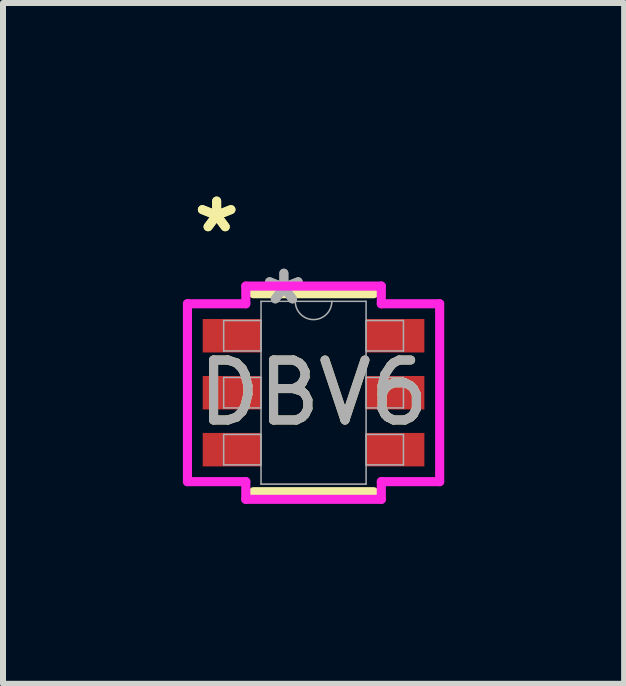
<source format=kicad_pcb>
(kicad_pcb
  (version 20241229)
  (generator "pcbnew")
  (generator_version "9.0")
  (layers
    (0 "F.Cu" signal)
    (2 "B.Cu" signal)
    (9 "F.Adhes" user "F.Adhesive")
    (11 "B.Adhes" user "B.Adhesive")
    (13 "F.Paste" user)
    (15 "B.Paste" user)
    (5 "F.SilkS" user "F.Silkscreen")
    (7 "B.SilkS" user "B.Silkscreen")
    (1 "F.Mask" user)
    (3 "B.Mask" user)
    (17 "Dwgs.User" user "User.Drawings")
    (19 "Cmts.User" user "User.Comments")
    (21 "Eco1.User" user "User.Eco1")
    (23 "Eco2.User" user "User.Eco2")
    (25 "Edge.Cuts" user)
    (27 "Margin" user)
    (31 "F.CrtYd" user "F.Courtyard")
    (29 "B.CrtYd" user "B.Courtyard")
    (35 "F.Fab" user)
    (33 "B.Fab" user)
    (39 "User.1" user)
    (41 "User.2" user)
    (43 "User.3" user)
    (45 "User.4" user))
  (footprint "DBV6"
    (layer "F.Cu")
    (at 2.179 3.499)
    (property "Reference" "DBV6" (at 0 0 0) (unlocked yes) (layer "F.SilkS") (effects (font (size 1 1) (thickness 0.15))))
    (attr smd)
    (fp_line (start -1.003 1.651) (end 1.003 1.651) (stroke (width 0.152) (type solid)) (layer "F.SilkS"))
    (fp_line (start 1.003 -1.651) (end -1.003 -1.651) (stroke (width 0.152) (type solid)) (layer "F.SilkS"))
    (fp_line (start -2.103 -1.483) (end -1.13 -1.483) (stroke (width 0.152) (type solid)) (layer "F.CrtYd"))
    (fp_line (start -2.103 1.483) (end -2.103 -1.483) (stroke (width 0.152) (type solid)) (layer "F.CrtYd"))
    (fp_line (start -2.103 1.483) (end -1.13 1.483) (stroke (width 0.152) (type solid)) (layer "F.CrtYd"))
    (fp_line (start -1.13 -1.778) (end 1.13 -1.778) (stroke (width 0.152) (type solid)) (layer "F.CrtYd"))
    (fp_line (start -1.13 -1.483) (end -1.13 -1.778) (stroke (width 0.152) (type solid)) (layer "F.CrtYd"))
    (fp_line (start -1.13 1.778) (end -1.13 1.483) (stroke (width 0.152) (type solid)) (layer "F.CrtYd"))
    (fp_line (start 1.13 -1.778) (end 1.13 -1.483) (stroke (width 0.152) (type solid)) (layer "F.CrtYd"))
    (fp_line (start 1.13 1.483) (end 1.13 1.778) (stroke (width 0.152) (type solid)) (layer "F.CrtYd"))
    (fp_line (start 1.13 1.778) (end -1.13 1.778) (stroke (width 0.152) (type solid)) (layer "F.CrtYd"))
    (fp_line (start 2.103 -1.483) (end 1.13 -1.483) (stroke (width 0.152) (type solid)) (layer "F.CrtYd"))
    (fp_line (start 2.103 -1.483) (end 2.103 1.483) (stroke (width 0.152) (type solid)) (layer "F.CrtYd"))
    (fp_line (start 2.103 1.483) (end 1.13 1.483) (stroke (width 0.152) (type solid)) (layer "F.CrtYd"))
    (fp_line (start -1.499 -1.204) (end -1.499 -0.696) (stroke (width 0.025) (type solid)) (layer "F.Fab"))
    (fp_line (start -1.499 -0.696) (end -0.876 -0.696) (stroke (width 0.025) (type solid)) (layer "F.Fab"))
    (fp_line (start -1.499 -0.254) (end -1.499 0.254) (stroke (width 0.025) (type solid)) (layer "F.Fab"))
    (fp_line (start -1.499 0.254) (end -0.876 0.254) (stroke (width 0.025) (type solid)) (layer "F.Fab"))
    (fp_line (start -1.499 0.696) (end -1.499 1.204) (stroke (width 0.025) (type solid)) (layer "F.Fab"))
    (fp_line (start -1.499 1.204) (end -0.876 1.204) (stroke (width 0.025) (type solid)) (layer "F.Fab"))
    (fp_line (start -0.876 -1.524) (end -0.876 1.524) (stroke (width 0.025) (type solid)) (layer "F.Fab"))
    (fp_line (start -0.876 -1.204) (end -1.499 -1.204) (stroke (width 0.025) (type solid)) (layer "F.Fab"))
    (fp_line (start -0.876 -0.696) (end -0.876 -1.204) (stroke (width 0.025) (type solid)) (layer "F.Fab"))
    (fp_line (start -0.876 -0.254) (end -1.499 -0.254) (stroke (width 0.025) (type solid)) (layer "F.Fab"))
    (fp_line (start -0.876 0.254) (end -0.876 -0.254) (stroke (width 0.025) (type solid)) (layer "F.Fab"))
    (fp_line (start -0.876 0.696) (end -1.499 0.696) (stroke (width 0.025) (type solid)) (layer "F.Fab"))
    (fp_line (start -0.876 1.204) (end -0.876 0.696) (stroke (width 0.025) (type solid)) (layer "F.Fab"))
    (fp_line (start -0.876 1.524) (end 0.876 1.524) (stroke (width 0.025) (type solid)) (layer "F.Fab"))
    (fp_line (start 0.876 -1.524) (end -0.876 -1.524) (stroke (width 0.025) (type solid)) (layer "F.Fab"))
    (fp_line (start 0.876 -1.204) (end 0.876 -0.696) (stroke (width 0.025) (type solid)) (layer "F.Fab"))
    (fp_line (start 0.876 -0.696) (end 1.499 -0.696) (stroke (width 0.025) (type solid)) (layer "F.Fab"))
    (fp_line (start 0.876 -0.254) (end 0.876 0.254) (stroke (width 0.025) (type solid)) (layer "F.Fab"))
    (fp_line (start 0.876 0.254) (end 1.499 0.254) (stroke (width 0.025) (type solid)) (layer "F.Fab"))
    (fp_line (start 0.876 0.696) (end 0.876 1.204) (stroke (width 0.025) (type solid)) (layer "F.Fab"))
    (fp_line (start 0.876 1.204) (end 1.499 1.204) (stroke (width 0.025) (type solid)) (layer "F.Fab"))
    (fp_line (start 0.876 1.524) (end 0.876 -1.524) (stroke (width 0.025) (type solid)) (layer "F.Fab"))
    (fp_line (start 1.499 -1.204) (end 0.876 -1.204) (stroke (width 0.025) (type solid)) (layer "F.Fab"))
    (fp_line (start 1.499 -0.696) (end 1.499 -1.204) (stroke (width 0.025) (type solid)) (layer "F.Fab"))
    (fp_line (start 1.499 -0.254) (end 0.876 -0.254) (stroke (width 0.025) (type solid)) (layer "F.Fab"))
    (fp_line (start 1.499 0.254) (end 1.499 -0.254) (stroke (width 0.025) (type solid)) (layer "F.Fab"))
    (fp_line (start 1.499 0.696) (end 0.876 0.696) (stroke (width 0.025) (type solid)) (layer "F.Fab"))
    (fp_line (start 1.499 1.204) (end 1.499 0.696) (stroke (width 0.025) (type solid)) (layer "F.Fab"))
    (fp_arc (start 0.3048 -1.524) (mid 0 -1.2192) (end -0.3048 -1.524) (stroke (width 0.0254) (type solid)) (layer "F.Fab"))
    (fp_text user "*" (at -1.616 -2.651 0) (layer "F.SilkS") (effects (font (size 1 1) (thickness 0.15))))
    (fp_text user "*" (at -1.616 -2.651 0) (unlocked yes) (layer "F.SilkS") (effects (font (size 1 1) (thickness 0.15))))
    (fp_text user "*" (at -0.495 -1.448 0) (unlocked yes) (layer "F.Fab") (effects (font (size 1 1) (thickness 0.15))))
    (fp_text user "${REFERENCE}" (at 0 0 0) (unlocked yes) (layer "F.Fab") (effects (font (size 1 1) (thickness 0.15))))
    (fp_text user "*" (at -0.495 -1.448 0) (layer "F.Fab") (effects (font (size 1 1) (thickness 0.15))))
    (pad "1" smd rect (at -1.362 -0.95) (size 0.972 0.558) (layers "F.Cu" "F.Mask" "F.Paste"))
    (pad "2" smd rect (at -1.362 0) (size 0.972 0.558) (layers "F.Cu" "F.Mask" "F.Paste"))
    (pad "3" smd rect (at -1.362 0.95) (size 0.972 0.558) (layers "F.Cu" "F.Mask" "F.Paste"))
    (pad "4" smd rect (at 1.362 0.95) (size 0.972 0.558) (layers "F.Cu" "F.Mask" "F.Paste"))
    (pad "5" smd rect (at 1.362 0) (size 0.972 0.558) (layers "F.Cu" "F.Mask" "F.Paste"))
    (pad "6" smd rect (at 1.362 -0.95) (size 0.972 0.558) (layers "F.Cu" "F.Mask" "F.Paste")))
  (gr_rect
    (start -3 -3)
    (end 7.358 8.353)
    (stroke (width 0.1) (type default))
    (fill no)
    (layer "Edge.Cuts")))
</source>
